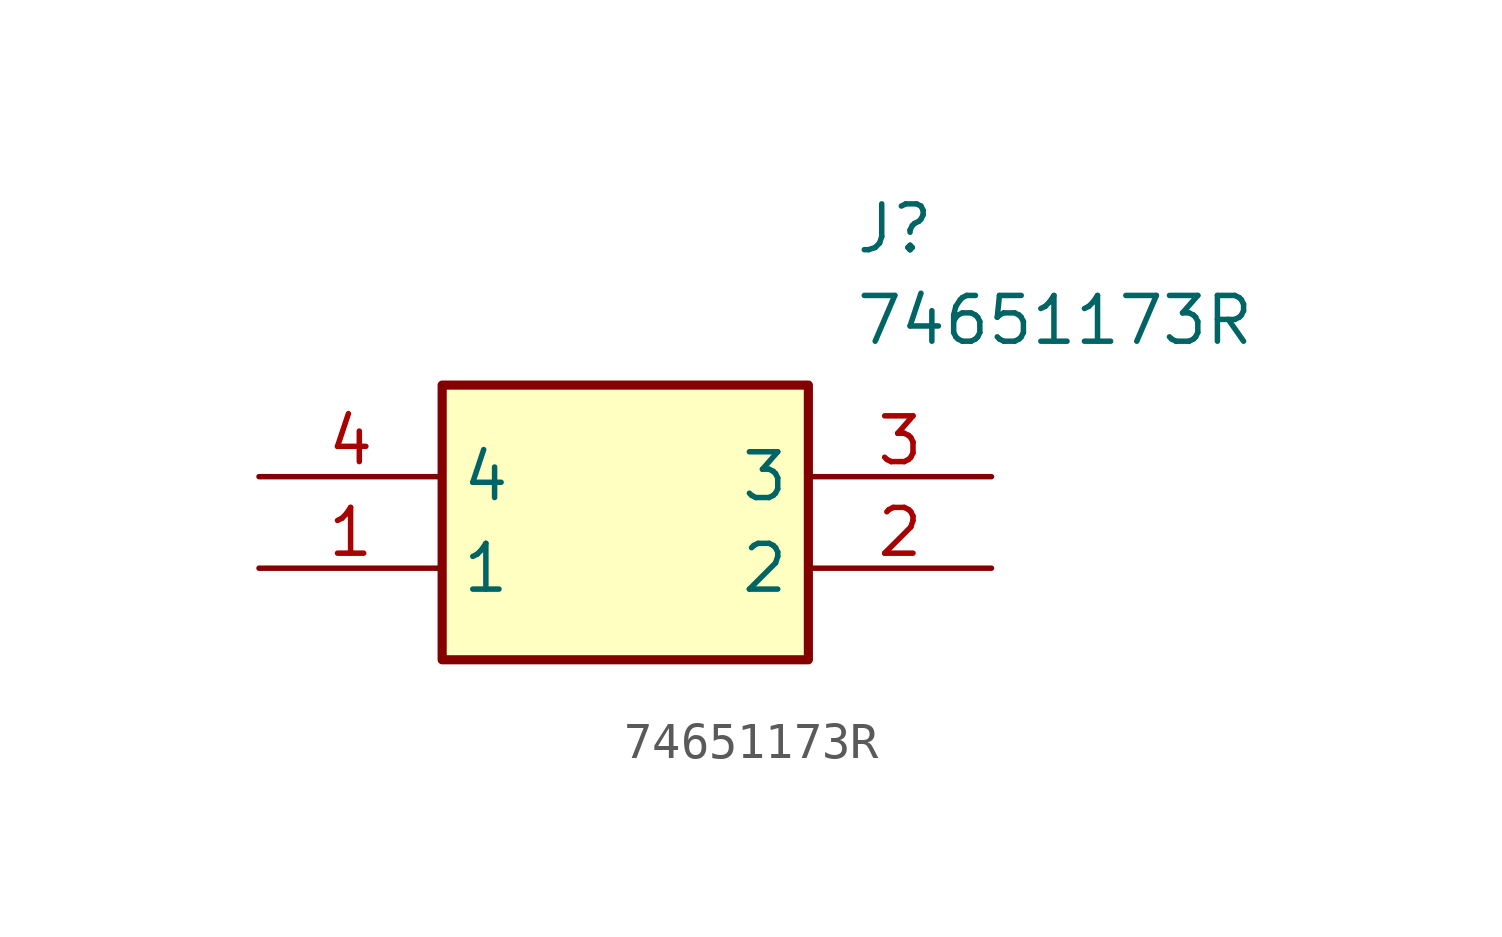
<source format=kicad_sym>
(kicad_symbol_lib
  (version 20211014)
  (generator SamacSys_ECAD_Model)
  (symbol "74651173R"
    (property "Reference" "J"
      (at 16.51 7.62 0)
      (effects (font (size 1.27 1.27)) (justify left top)))
    (property "Value" "74651173R"
      (at 16.51 5.08 0)
      (effects (font (size 1.27 1.27)) (justify left top)))
    (rectangle
      (start 5.08 2.54)
      (end 15.24 -5.08)
      (stroke (width 0.254) (type default))
      (fill (type background)))
    (pin passive line
      (at 0 -2.54 0)
      (length 5.08)
      (name "1" (effects (font (size 1.27 1.27))))
      (number "1" (effects (font (size 1.27 1.27)))))
    (pin passive line
      (at 20.32 -2.54 180)
      (length 5.08)
      (name "2" (effects (font (size 1.27 1.27))))
      (number "2" (effects (font (size 1.27 1.27)))))
    (pin passive line
      (at 20.32 0 180)
      (length 5.08)
      (name "3" (effects (font (size 1.27 1.27))))
      (number "3" (effects (font (size 1.27 1.27)))))
    (pin passive line
      (at 0 0 0)
      (length 5.08)
      (name "4" (effects (font (size 1.27 1.27))))
      (number "4" (effects (font (size 1.27 1.27)))))))
</source>
